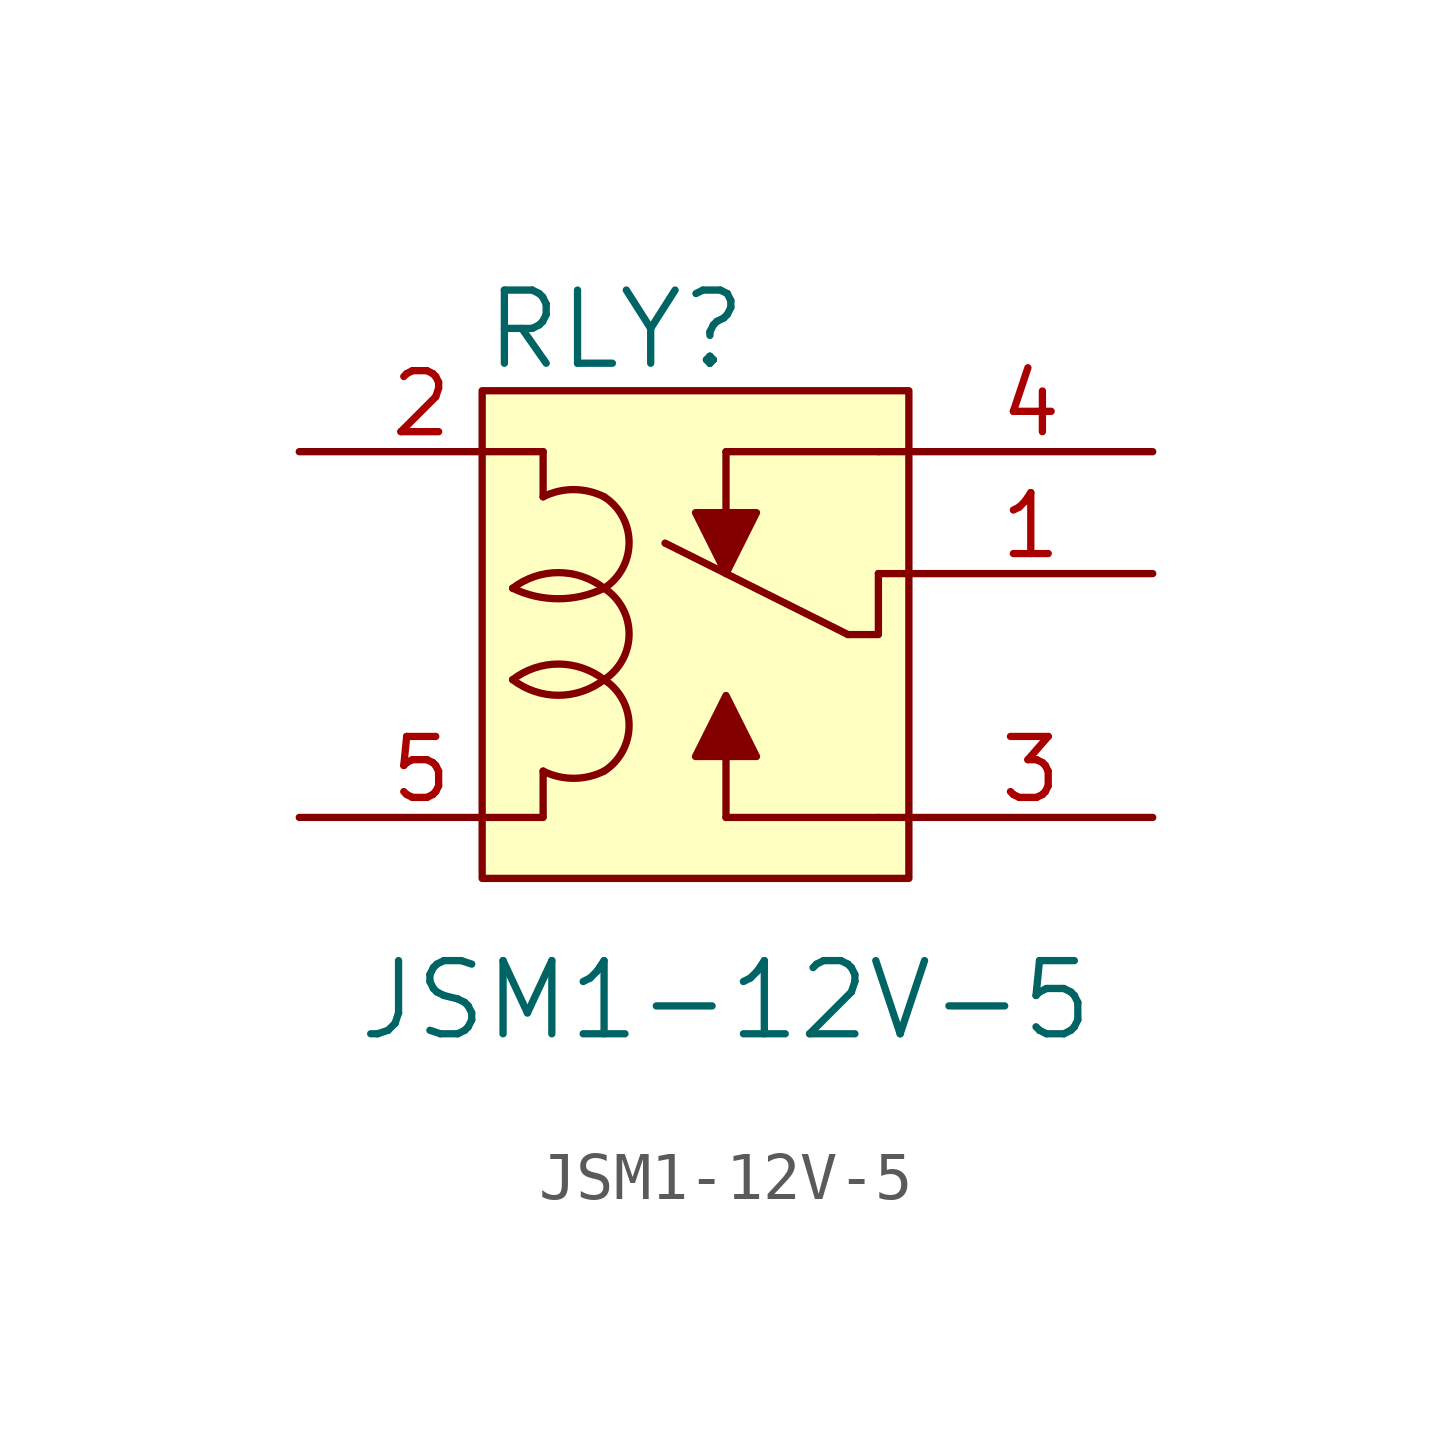
<source format=kicad_sym>
(kicad_symbol_lib
  (version 20201005)
  (generator kicad_symbol_editor)
  (symbol "JSM1-12V-5"
    (pin_names
      (offset 0.025) hide)
    (property "Reference" "RLY"
      (at -3.81 5.08 0)
      (effects (font (size 1.524 1.524)) (justify left)))
    (property "Value" "JSM1-12V-5"
      (at 1.27 -8.89 0)
      (effects (font (size 1.524 1.524))))
    (symbol "JSM1-12V-5_0_1"
      (arc (start -3.175 -2.2098) (end -1.27 -2.2098) (radius (at -2.2352 -0.9398) (length 1.5748) (angles -126.5 -52.8)) (stroke (width 0)) (fill (type none)))
      (arc (start -1.27 -2.2098) (end -3.175 -2.2098) (radius (at -2.2098 -3.4798) (length 1.5748) (angles 53.5 127.2)) (stroke (width 0)) (fill (type none)))
      (arc (start -1.27 -0.3048) (end -3.175 -0.3048) (radius (at -2.2098 -1.5748) (length 1.5748) (angles 53.5 127.2)) (stroke (width 0)) (fill (type none)))
      (arc (start -1.27 -0.3048) (end -3.175 -0.3048) (radius (at -2.2098 1.6002) (length 2.1336) (angles -63.7 -116.9)) (stroke (width 0)) (fill (type none)))
      (arc (start -1.27 -4.1148) (end -1.27 -2.2098) (radius (at -1.905 -3.175) (length 1.143) (angles -56 56.7)) (stroke (width 0)) (fill (type none)))
      (arc (start -1.27 -4.1148) (end -2.54 -4.1148) (radius (at -1.905 -2.8448) (length 1.4224) (angles -63.4 -116.6)) (stroke (width 0)) (fill (type none)))
      (arc (start -1.27 -2.2098) (end -1.27 -0.3048) (radius (at -1.905 -1.27) (length 1.143) (angles -56 56.7)) (stroke (width 0)) (fill (type none)))
      (arc (start -1.27 1.6002) (end -2.54 1.6002) (radius (at -1.905 0.3302) (length 1.4224) (angles 63.4 116.6)) (stroke (width 0)) (fill (type none)))
      (arc (start -1.27 -0.3048) (end -1.27 1.6002) (radius (at -1.905 0.635) (length 1.143) (angles -56 56.7)) (stroke (width 0)) (fill (type none)))
      (rectangle (start -3.81 3.81) (end 5.08 -6.35) (stroke (width 0)) (fill (type background)))
      (polyline (pts (xy -2.54 -5.055) (xy -2.54 -4.115)) (stroke (width 0)) (fill (type none)))
      (polyline (pts (xy -2.54 1.6) (xy -2.54 2.54)) (stroke (width 0)) (fill (type none)))
      (polyline (pts (xy 1.27 -5.08) (xy 4.445 -5.08)) (stroke (width 0)) (fill (type none)))
      (polyline (pts (xy 3.81 -1.27) (xy 0 0.635)) (stroke (width 0)) (fill (type none)))
      (polyline (pts (xy 4.445 2.54) (xy 1.27 2.54)) (stroke (width 0)) (fill (type none)))
      (polyline (pts (xy 5.08 -5.08) (xy 4.445 -5.08)) (stroke (width 0)) (fill (type none)))
      (polyline (pts (xy 5.08 0) (xy 4.445 0)) (stroke (width 0)) (fill (type none)))
      (polyline (pts (xy 5.08 2.54) (xy 4.445 2.54)) (stroke (width 0)) (fill (type none)))
      (polyline (pts (xy 4.445 0) (xy 4.445 -1.27) (xy 3.81 -1.27)) (stroke (width 0)) (fill (type none)))
      (polyline (pts (xy 1.27 -5.08) (xy 1.27 -3.81) (xy 0.635 -3.81) (xy 1.27 -2.54) (xy 1.905 -3.81) (xy 1.27 -3.81)) (stroke (width 0)) (fill (type outline)))
      (polyline (pts (xy 1.27 2.54) (xy 1.27 1.27) (xy 0.635 1.27) (xy 1.27 0) (xy 1.905 1.27) (xy 1.27 1.27)) (stroke (width 0)) (fill (type outline))))
    (symbol "JSM1-12V-5_1_1"
      (pin passive line (at 10.16 0 180) (length 5.08) (name "COM" (effects (font (size 1.27 1.27)))) (number "1" (effects (font (size 1.27 1.27)))))
      (pin input line (at -7.62 2.54 0) (length 5.08) (name "~" (effects (font (size 1.27 1.27)))) (number "2" (effects (font (size 1.27 1.27)))))
      (pin passive line (at 10.16 -5.08 180) (length 5.08) (name "NO" (effects (font (size 1.27 1.27)))) (number "3" (effects (font (size 1.27 1.27)))))
      (pin passive line (at 10.16 2.54 180) (length 5.08) (name "NC" (effects (font (size 1.27 1.27)))) (number "4" (effects (font (size 1.27 1.27)))))
      (pin input line (at -7.62 -5.08 0) (length 5.08) (name "~" (effects (font (size 1.27 1.27)))) (number "5" (effects (font (size 1.27 1.27))))))))
</source>
